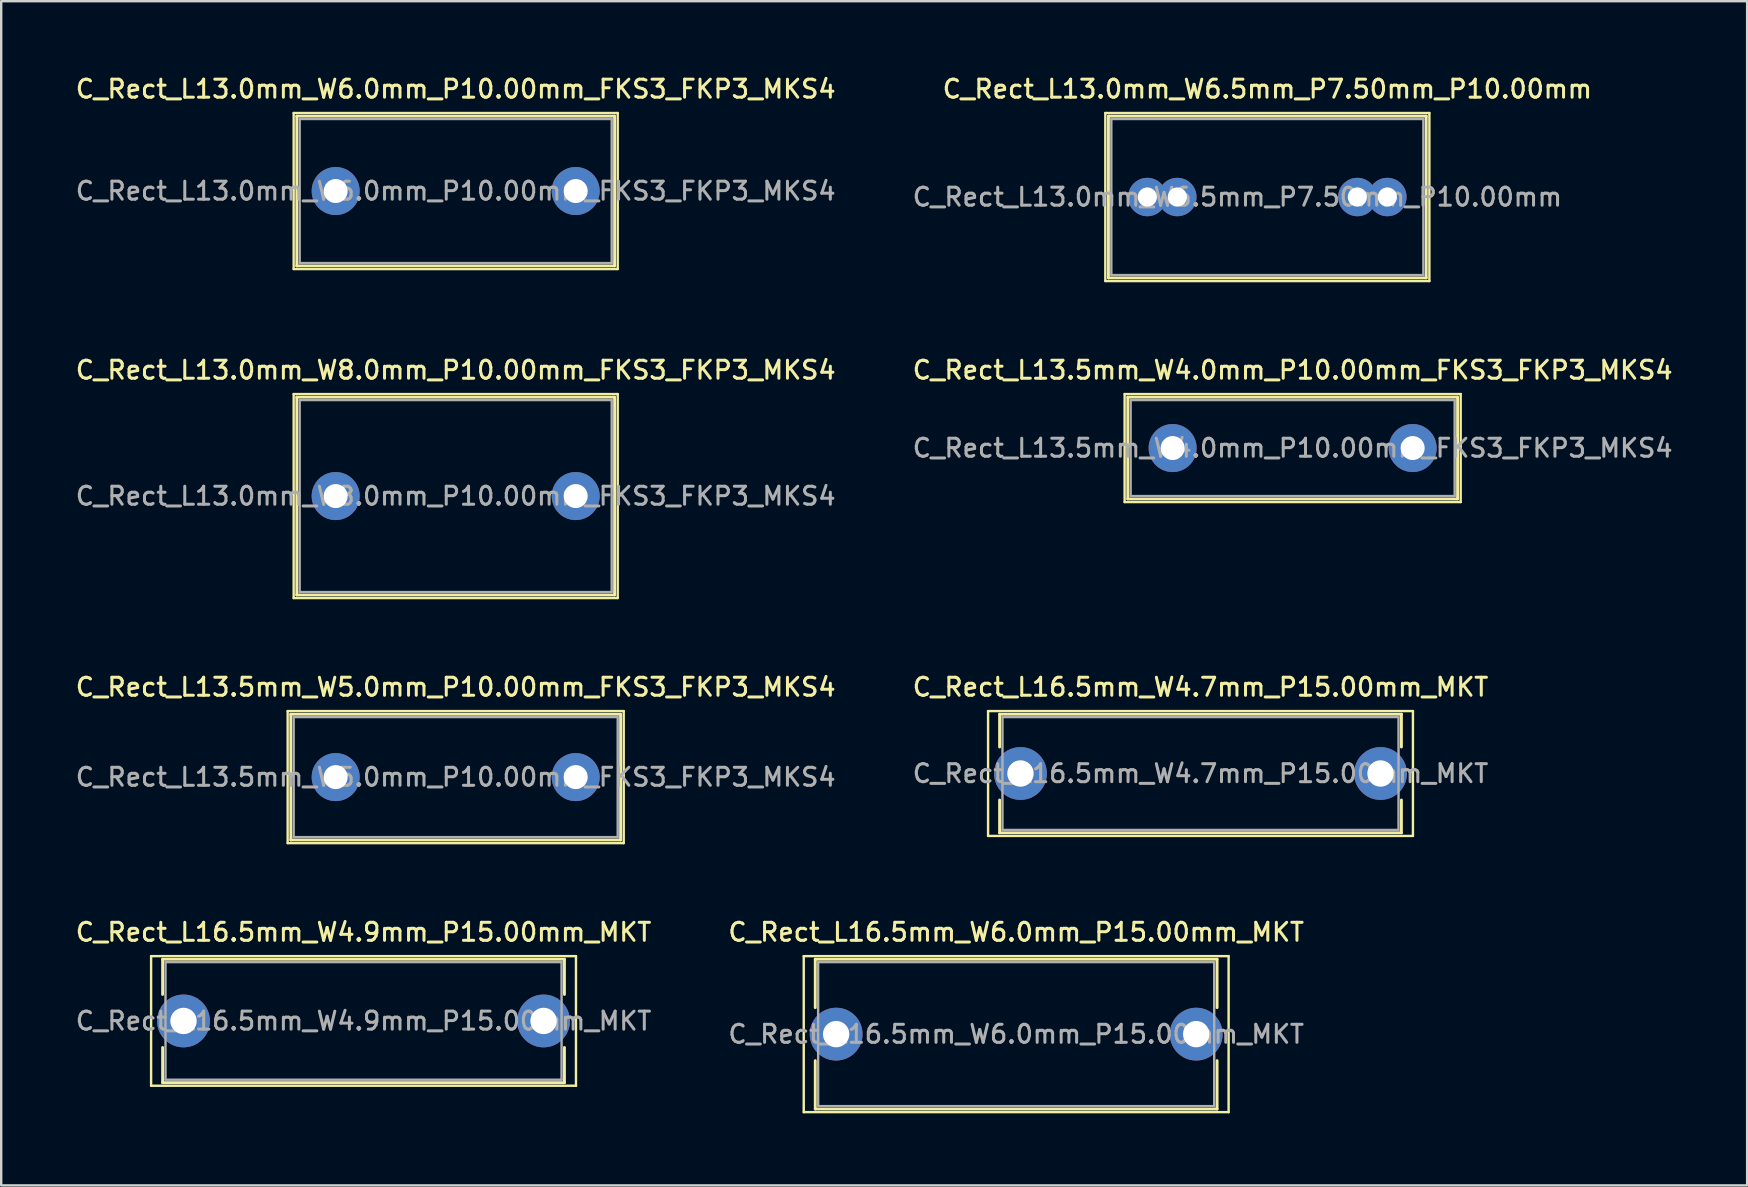
<source format=kicad_pcb>
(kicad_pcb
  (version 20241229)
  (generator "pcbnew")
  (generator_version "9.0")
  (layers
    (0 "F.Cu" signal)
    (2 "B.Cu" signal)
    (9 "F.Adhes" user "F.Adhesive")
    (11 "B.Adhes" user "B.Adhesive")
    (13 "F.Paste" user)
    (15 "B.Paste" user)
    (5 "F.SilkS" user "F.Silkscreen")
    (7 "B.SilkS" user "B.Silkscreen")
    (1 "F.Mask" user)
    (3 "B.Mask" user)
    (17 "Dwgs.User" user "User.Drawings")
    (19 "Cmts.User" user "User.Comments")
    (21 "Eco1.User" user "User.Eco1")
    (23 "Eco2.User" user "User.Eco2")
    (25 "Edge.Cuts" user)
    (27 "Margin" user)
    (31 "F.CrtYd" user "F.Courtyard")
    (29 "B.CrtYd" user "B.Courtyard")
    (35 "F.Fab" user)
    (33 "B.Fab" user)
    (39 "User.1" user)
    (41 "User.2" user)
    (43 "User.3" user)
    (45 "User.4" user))
  (footprint "C_Rect_L16.5mm_W4.7mm_P15.00mm_MKT"
    (layer "F.Cu")
    (at 39.463 29.174)
    (property "Reference" "C_Rect_L16.5mm_W4.7mm_P15.00mm_MKT" (at 7.5 -3.6 0) (layer "F.SilkS") (effects (font (size 0.75 0.75) (thickness 0.125))))
    (attr through_hole)
    (fp_line (start -1.35 -2.6) (end -1.35 2.6) (stroke (width 0.1) (type solid)) (layer "F.SilkS"))
    (fp_line (start -1.35 2.6) (end 16.35 2.6) (stroke (width 0.1) (type solid)) (layer "F.SilkS"))
    (fp_line (start -0.87 -2.47) (end -0.87 -1.104) (stroke (width 0.12) (type solid)) (layer "F.SilkS"))
    (fp_line (start -0.87 -2.47) (end 15.87 -2.47) (stroke (width 0.12) (type solid)) (layer "F.SilkS"))
    (fp_line (start -0.87 1.104) (end -0.87 2.47) (stroke (width 0.12) (type solid)) (layer "F.SilkS"))
    (fp_line (start -0.87 2.47) (end 15.87 2.47) (stroke (width 0.12) (type solid)) (layer "F.SilkS"))
    (fp_line (start 15.87 -2.47) (end 15.87 -1.104) (stroke (width 0.12) (type solid)) (layer "F.SilkS"))
    (fp_line (start 15.87 1.104) (end 15.87 2.47) (stroke (width 0.12) (type solid)) (layer "F.SilkS"))
    (fp_line (start 16.35 -2.6) (end -1.35 -2.6) (stroke (width 0.1) (type solid)) (layer "F.SilkS"))
    (fp_line (start 16.35 2.6) (end 16.35 -2.6) (stroke (width 0.1) (type solid)) (layer "F.SilkS"))
    (fp_line (start -0.75 -2.35) (end -0.75 2.35) (stroke (width 0.1) (type solid)) (layer "F.Fab"))
    (fp_line (start -0.75 2.35) (end 15.75 2.35) (stroke (width 0.1) (type solid)) (layer "F.Fab"))
    (fp_line (start 15.75 -2.35) (end -0.75 -2.35) (stroke (width 0.1) (type solid)) (layer "F.Fab"))
    (fp_line (start 15.75 2.35) (end 15.75 -2.35) (stroke (width 0.1) (type solid)) (layer "F.Fab"))
    (fp_text user "${REFERENCE}" (at 7.5 0 0) (layer "F.Fab") (effects (font (size 0.75 0.75) (thickness 0.125))))
    (pad "1" thru_hole circle (at 0 0) (size 2.2 2.2) (drill 1.1) (layers "*.Cu" "*.Mask"))
    (pad "2" thru_hole circle (at 15 0) (size 2.2 2.2) (drill 1.1) (layers "*.Cu" "*.Mask")))
  (footprint "C_Rect_L13.0mm_W6.0mm_P10.00mm_FKS3_FKP3_MKS4"
    (layer "F.Cu")
    (at 10.934 4.908)
    (property "Reference" "C_Rect_L13.0mm_W6.0mm_P10.00mm_FKS3_FKP3_MKS4" (at 5 -4.25 0) (layer "F.SilkS") (effects (font (size 0.75 0.75) (thickness 0.125))))
    (attr through_hole)
    (fp_line (start -1.75 -3.25) (end -1.75 3.25) (stroke (width 0.1) (type solid)) (layer "F.SilkS"))
    (fp_line (start -1.75 3.25) (end 11.75 3.25) (stroke (width 0.1) (type solid)) (layer "F.SilkS"))
    (fp_line (start -1.62 -3.12) (end -1.62 3.12) (stroke (width 0.12) (type solid)) (layer "F.SilkS"))
    (fp_line (start -1.62 -3.12) (end 11.62 -3.12) (stroke (width 0.12) (type solid)) (layer "F.SilkS"))
    (fp_line (start -1.62 3.12) (end 11.62 3.12) (stroke (width 0.12) (type solid)) (layer "F.SilkS"))
    (fp_line (start 11.62 -3.12) (end 11.62 3.12) (stroke (width 0.12) (type solid)) (layer "F.SilkS"))
    (fp_line (start 11.75 -3.25) (end -1.75 -3.25) (stroke (width 0.1) (type solid)) (layer "F.SilkS"))
    (fp_line (start 11.75 3.25) (end 11.75 -3.25) (stroke (width 0.1) (type solid)) (layer "F.SilkS"))
    (fp_line (start -1.5 -3) (end -1.5 3) (stroke (width 0.1) (type solid)) (layer "F.Fab"))
    (fp_line (start -1.5 3) (end 11.5 3) (stroke (width 0.1) (type solid)) (layer "F.Fab"))
    (fp_line (start 11.5 -3) (end -1.5 -3) (stroke (width 0.1) (type solid)) (layer "F.Fab"))
    (fp_line (start 11.5 3) (end 11.5 -3) (stroke (width 0.1) (type solid)) (layer "F.Fab"))
    (fp_text user "${REFERENCE}" (at 5 0 0) (layer "F.Fab") (effects (font (size 0.75 0.75) (thickness 0.125))))
    (pad "1" thru_hole circle (at 0 0) (size 2 2) (drill 1) (layers "*.Cu" "*.Mask"))
    (pad "2" thru_hole circle (at 10 0) (size 2 2) (drill 1) (layers "*.Cu" "*.Mask")))
  (footprint "C_Rect_L13.5mm_W5.0mm_P10.00mm_FKS3_FKP3_MKS4"
    (layer "F.Cu")
    (at 10.934 29.324)
    (property "Reference" "C_Rect_L13.5mm_W5.0mm_P10.00mm_FKS3_FKP3_MKS4" (at 5 -3.75 0) (layer "F.SilkS") (effects (font (size 0.75 0.75) (thickness 0.125))))
    (attr through_hole)
    (fp_line (start -2 -2.75) (end -2 2.75) (stroke (width 0.1) (type solid)) (layer "F.SilkS"))
    (fp_line (start -2 2.75) (end 12 2.75) (stroke (width 0.1) (type solid)) (layer "F.SilkS"))
    (fp_line (start -1.87 -2.62) (end -1.87 2.62) (stroke (width 0.12) (type solid)) (layer "F.SilkS"))
    (fp_line (start -1.87 -2.62) (end 11.87 -2.62) (stroke (width 0.12) (type solid)) (layer "F.SilkS"))
    (fp_line (start -1.87 2.62) (end 11.87 2.62) (stroke (width 0.12) (type solid)) (layer "F.SilkS"))
    (fp_line (start 11.87 -2.62) (end 11.87 2.62) (stroke (width 0.12) (type solid)) (layer "F.SilkS"))
    (fp_line (start 12 -2.75) (end -2 -2.75) (stroke (width 0.1) (type solid)) (layer "F.SilkS"))
    (fp_line (start 12 2.75) (end 12 -2.75) (stroke (width 0.1) (type solid)) (layer "F.SilkS"))
    (fp_line (start -1.75 -2.5) (end -1.75 2.5) (stroke (width 0.1) (type solid)) (layer "F.Fab"))
    (fp_line (start -1.75 2.5) (end 11.75 2.5) (stroke (width 0.1) (type solid)) (layer "F.Fab"))
    (fp_line (start 11.75 -2.5) (end -1.75 -2.5) (stroke (width 0.1) (type solid)) (layer "F.Fab"))
    (fp_line (start 11.75 2.5) (end 11.75 -2.5) (stroke (width 0.1) (type solid)) (layer "F.Fab"))
    (fp_text user "${REFERENCE}" (at 5 0 0) (layer "F.Fab") (effects (font (size 0.75 0.75) (thickness 0.125))))
    (pad "1" thru_hole circle (at 0 0) (size 2 2) (drill 1) (layers "*.Cu" "*.Mask"))
    (pad "2" thru_hole circle (at 10 0) (size 2 2) (drill 1) (layers "*.Cu" "*.Mask")))
  (footprint "C_Rect_L13.0mm_W6.5mm_P7.50mm_P10.00mm"
    (layer "F.Cu")
    (at 44.748 5.158)
    (property "Reference" "C_Rect_L13.0mm_W6.5mm_P7.50mm_P10.00mm" (at 5 -4.5 0) (layer "F.SilkS") (effects (font (size 0.75 0.75) (thickness 0.125))))
    (attr through_hole)
    (fp_line (start -1.75 -3.5) (end -1.75 3.5) (stroke (width 0.1) (type solid)) (layer "F.SilkS"))
    (fp_line (start -1.75 3.5) (end 11.75 3.5) (stroke (width 0.1) (type solid)) (layer "F.SilkS"))
    (fp_line (start -1.62 -3.37) (end -1.62 3.37) (stroke (width 0.12) (type solid)) (layer "F.SilkS"))
    (fp_line (start -1.62 -3.37) (end 11.62 -3.37) (stroke (width 0.12) (type solid)) (layer "F.SilkS"))
    (fp_line (start -1.62 3.37) (end 11.62 3.37) (stroke (width 0.12) (type solid)) (layer "F.SilkS"))
    (fp_line (start 11.62 -3.37) (end 11.62 3.37) (stroke (width 0.12) (type solid)) (layer "F.SilkS"))
    (fp_line (start 11.75 -3.5) (end -1.75 -3.5) (stroke (width 0.1) (type solid)) (layer "F.SilkS"))
    (fp_line (start 11.75 3.5) (end 11.75 -3.5) (stroke (width 0.1) (type solid)) (layer "F.SilkS"))
    (fp_line (start -1.5 -3.25) (end -1.5 3.25) (stroke (width 0.1) (type solid)) (layer "F.Fab"))
    (fp_line (start -1.5 3.25) (end 11.5 3.25) (stroke (width 0.1) (type solid)) (layer "F.Fab"))
    (fp_line (start 11.5 -3.25) (end -1.5 -3.25) (stroke (width 0.1) (type solid)) (layer "F.Fab"))
    (fp_line (start 11.5 3.25) (end 11.5 -3.25) (stroke (width 0.1) (type solid)) (layer "F.Fab"))
    (fp_text user "${REFERENCE}" (at 3.75 0 0) (layer "F.Fab") (effects (font (size 0.75 0.75) (thickness 0.125))))
    (pad "1" thru_hole circle (at 0 0) (size 1.6 1.6) (drill 0.8) (layers "*.Cu" "*.Mask"))
    (pad "1" thru_hole circle (at 1.25 0) (size 1.6 1.6) (drill 0.8) (layers "*.Cu" "*.Mask"))
    (pad "2" thru_hole circle (at 8.75 0) (size 1.6 1.6) (drill 0.8) (layers "*.Cu" "*.Mask"))
    (pad "2" thru_hole circle (at 10 0) (size 1.6 1.6) (drill 0.8) (layers "*.Cu" "*.Mask")))
  (footprint "C_Rect_L16.5mm_W6.0mm_P15.00mm_MKT"
    (layer "F.Cu")
    (at 31.784 40.032)
    (property "Reference" "C_Rect_L16.5mm_W6.0mm_P15.00mm_MKT" (at 7.5 -4.25 0) (layer "F.SilkS") (effects (font (size 0.75 0.75) (thickness 0.125))))
    (attr through_hole)
    (fp_line (start -1.35 -3.25) (end -1.35 3.25) (stroke (width 0.1) (type solid)) (layer "F.SilkS"))
    (fp_line (start -1.35 3.25) (end 16.35 3.25) (stroke (width 0.1) (type solid)) (layer "F.SilkS"))
    (fp_line (start -0.87 -3.12) (end -0.87 -1.104) (stroke (width 0.12) (type solid)) (layer "F.SilkS"))
    (fp_line (start -0.87 -3.12) (end 15.87 -3.12) (stroke (width 0.12) (type solid)) (layer "F.SilkS"))
    (fp_line (start -0.87 1.104) (end -0.87 3.12) (stroke (width 0.12) (type solid)) (layer "F.SilkS"))
    (fp_line (start -0.87 3.12) (end 15.87 3.12) (stroke (width 0.12) (type solid)) (layer "F.SilkS"))
    (fp_line (start 15.87 -3.12) (end 15.87 -1.104) (stroke (width 0.12) (type solid)) (layer "F.SilkS"))
    (fp_line (start 15.87 1.104) (end 15.87 3.12) (stroke (width 0.12) (type solid)) (layer "F.SilkS"))
    (fp_line (start 16.35 -3.25) (end -1.35 -3.25) (stroke (width 0.1) (type solid)) (layer "F.SilkS"))
    (fp_line (start 16.35 3.25) (end 16.35 -3.25) (stroke (width 0.1) (type solid)) (layer "F.SilkS"))
    (fp_line (start -0.75 -3) (end -0.75 3) (stroke (width 0.1) (type solid)) (layer "F.Fab"))
    (fp_line (start -0.75 3) (end 15.75 3) (stroke (width 0.1) (type solid)) (layer "F.Fab"))
    (fp_line (start 15.75 -3) (end -0.75 -3) (stroke (width 0.1) (type solid)) (layer "F.Fab"))
    (fp_line (start 15.75 3) (end 15.75 -3) (stroke (width 0.1) (type solid)) (layer "F.Fab"))
    (fp_text user "${REFERENCE}" (at 7.5 0 0) (layer "F.Fab") (effects (font (size 0.75 0.75) (thickness 0.125))))
    (pad "1" thru_hole circle (at 0 0) (size 2.2 2.2) (drill 1.1) (layers "*.Cu" "*.Mask"))
    (pad "2" thru_hole circle (at 15 0) (size 2.2 2.2) (drill 1.1) (layers "*.Cu" "*.Mask")))
  (footprint "C_Rect_L13.0mm_W8.0mm_P10.00mm_FKS3_FKP3_MKS4"
    (layer "F.Cu")
    (at 10.934 17.616)
    (property "Reference" "C_Rect_L13.0mm_W8.0mm_P10.00mm_FKS3_FKP3_MKS4" (at 5 -5.25 0) (layer "F.SilkS") (effects (font (size 0.75 0.75) (thickness 0.125))))
    (attr through_hole)
    (fp_line (start -1.75 -4.25) (end -1.75 4.25) (stroke (width 0.1) (type solid)) (layer "F.SilkS"))
    (fp_line (start -1.75 4.25) (end 11.75 4.25) (stroke (width 0.1) (type solid)) (layer "F.SilkS"))
    (fp_line (start -1.62 -4.12) (end -1.62 4.12) (stroke (width 0.12) (type solid)) (layer "F.SilkS"))
    (fp_line (start -1.62 -4.12) (end 11.62 -4.12) (stroke (width 0.12) (type solid)) (layer "F.SilkS"))
    (fp_line (start -1.62 4.12) (end 11.62 4.12) (stroke (width 0.12) (type solid)) (layer "F.SilkS"))
    (fp_line (start 11.62 -4.12) (end 11.62 4.12) (stroke (width 0.12) (type solid)) (layer "F.SilkS"))
    (fp_line (start 11.75 -4.25) (end -1.75 -4.25) (stroke (width 0.1) (type solid)) (layer "F.SilkS"))
    (fp_line (start 11.75 4.25) (end 11.75 -4.25) (stroke (width 0.1) (type solid)) (layer "F.SilkS"))
    (fp_line (start -1.5 -4) (end -1.5 4) (stroke (width 0.1) (type solid)) (layer "F.Fab"))
    (fp_line (start -1.5 4) (end 11.5 4) (stroke (width 0.1) (type solid)) (layer "F.Fab"))
    (fp_line (start 11.5 -4) (end -1.5 -4) (stroke (width 0.1) (type solid)) (layer "F.Fab"))
    (fp_line (start 11.5 4) (end 11.5 -4) (stroke (width 0.1) (type solid)) (layer "F.Fab"))
    (fp_text user "${REFERENCE}" (at 5 0 0) (layer "F.Fab") (effects (font (size 0.75 0.75) (thickness 0.125))))
    (pad "1" thru_hole circle (at 0 0) (size 2 2) (drill 1) (layers "*.Cu" "*.Mask"))
    (pad "2" thru_hole circle (at 10 0) (size 2 2) (drill 1) (layers "*.Cu" "*.Mask")))
  (footprint "C_Rect_L13.5mm_W4.0mm_P10.00mm_FKS3_FKP3_MKS4"
    (layer "F.Cu")
    (at 45.802 15.616)
    (property "Reference" "C_Rect_L13.5mm_W4.0mm_P10.00mm_FKS3_FKP3_MKS4" (at 5 -3.25 0) (layer "F.SilkS") (effects (font (size 0.75 0.75) (thickness 0.125))))
    (attr through_hole)
    (fp_line (start -2 -2.25) (end -2 2.25) (stroke (width 0.1) (type solid)) (layer "F.SilkS"))
    (fp_line (start -2 2.25) (end 12 2.25) (stroke (width 0.1) (type solid)) (layer "F.SilkS"))
    (fp_line (start -1.87 -2.12) (end -1.87 2.12) (stroke (width 0.12) (type solid)) (layer "F.SilkS"))
    (fp_line (start -1.87 -2.12) (end 11.87 -2.12) (stroke (width 0.12) (type solid)) (layer "F.SilkS"))
    (fp_line (start -1.87 2.12) (end 11.87 2.12) (stroke (width 0.12) (type solid)) (layer "F.SilkS"))
    (fp_line (start 11.87 -2.12) (end 11.87 2.12) (stroke (width 0.12) (type solid)) (layer "F.SilkS"))
    (fp_line (start 12 -2.25) (end -2 -2.25) (stroke (width 0.1) (type solid)) (layer "F.SilkS"))
    (fp_line (start 12 2.25) (end 12 -2.25) (stroke (width 0.1) (type solid)) (layer "F.SilkS"))
    (fp_line (start -1.75 -2) (end -1.75 2) (stroke (width 0.1) (type solid)) (layer "F.Fab"))
    (fp_line (start -1.75 2) (end 11.75 2) (stroke (width 0.1) (type solid)) (layer "F.Fab"))
    (fp_line (start 11.75 -2) (end -1.75 -2) (stroke (width 0.1) (type solid)) (layer "F.Fab"))
    (fp_line (start 11.75 2) (end 11.75 -2) (stroke (width 0.1) (type solid)) (layer "F.Fab"))
    (fp_text user "${REFERENCE}" (at 5 0 0) (layer "F.Fab") (effects (font (size 0.75 0.75) (thickness 0.125))))
    (pad "1" thru_hole circle (at 0 0) (size 2 2) (drill 1) (layers "*.Cu" "*.Mask"))
    (pad "2" thru_hole circle (at 10 0) (size 2 2) (drill 1) (layers "*.Cu" "*.Mask")))
  (footprint "C_Rect_L16.5mm_W4.9mm_P15.00mm_MKT"
    (layer "F.Cu")
    (at 4.595 39.483)
    (property "Reference" "C_Rect_L16.5mm_W4.9mm_P15.00mm_MKT" (at 7.5 -3.7 0) (layer "F.SilkS") (effects (font (size 0.75 0.75) (thickness 0.125))))
    (attr through_hole)
    (fp_line (start -1.35 -2.7) (end -1.35 2.7) (stroke (width 0.1) (type solid)) (layer "F.SilkS"))
    (fp_line (start -1.35 2.7) (end 16.35 2.7) (stroke (width 0.1) (type solid)) (layer "F.SilkS"))
    (fp_line (start -0.87 -2.571) (end -0.87 -1.104) (stroke (width 0.12) (type solid)) (layer "F.SilkS"))
    (fp_line (start -0.87 -2.571) (end 15.87 -2.571) (stroke (width 0.12) (type solid)) (layer "F.SilkS"))
    (fp_line (start -0.87 1.104) (end -0.87 2.571) (stroke (width 0.12) (type solid)) (layer "F.SilkS"))
    (fp_line (start -0.87 2.571) (end 15.87 2.571) (stroke (width 0.12) (type solid)) (layer "F.SilkS"))
    (fp_line (start 15.87 -2.571) (end 15.87 -1.104) (stroke (width 0.12) (type solid)) (layer "F.SilkS"))
    (fp_line (start 15.87 1.104) (end 15.87 2.571) (stroke (width 0.12) (type solid)) (layer "F.SilkS"))
    (fp_line (start 16.35 -2.7) (end -1.35 -2.7) (stroke (width 0.1) (type solid)) (layer "F.SilkS"))
    (fp_line (start 16.35 2.7) (end 16.35 -2.7) (stroke (width 0.1) (type solid)) (layer "F.SilkS"))
    (fp_line (start -0.75 -2.45) (end -0.75 2.45) (stroke (width 0.1) (type solid)) (layer "F.Fab"))
    (fp_line (start -0.75 2.45) (end 15.75 2.45) (stroke (width 0.1) (type solid)) (layer "F.Fab"))
    (fp_line (start 15.75 -2.45) (end -0.75 -2.45) (stroke (width 0.1) (type solid)) (layer "F.Fab"))
    (fp_line (start 15.75 2.45) (end 15.75 -2.45) (stroke (width 0.1) (type solid)) (layer "F.Fab"))
    (fp_text user "${REFERENCE}" (at 7.5 0 0) (layer "F.Fab") (effects (font (size 0.75 0.75) (thickness 0.125))))
    (pad "1" thru_hole circle (at 0 0) (size 2.2 2.2) (drill 1.1) (layers "*.Cu" "*.Mask"))
    (pad "2" thru_hole circle (at 15 0) (size 2.2 2.2) (drill 1.1) (layers "*.Cu" "*.Mask")))
  (gr_rect
    (start -3 -3)
    (end 69.736 46.333)
    (stroke (width 0.1) (type default))
    (fill no)
    (layer "Edge.Cuts")))
</source>
